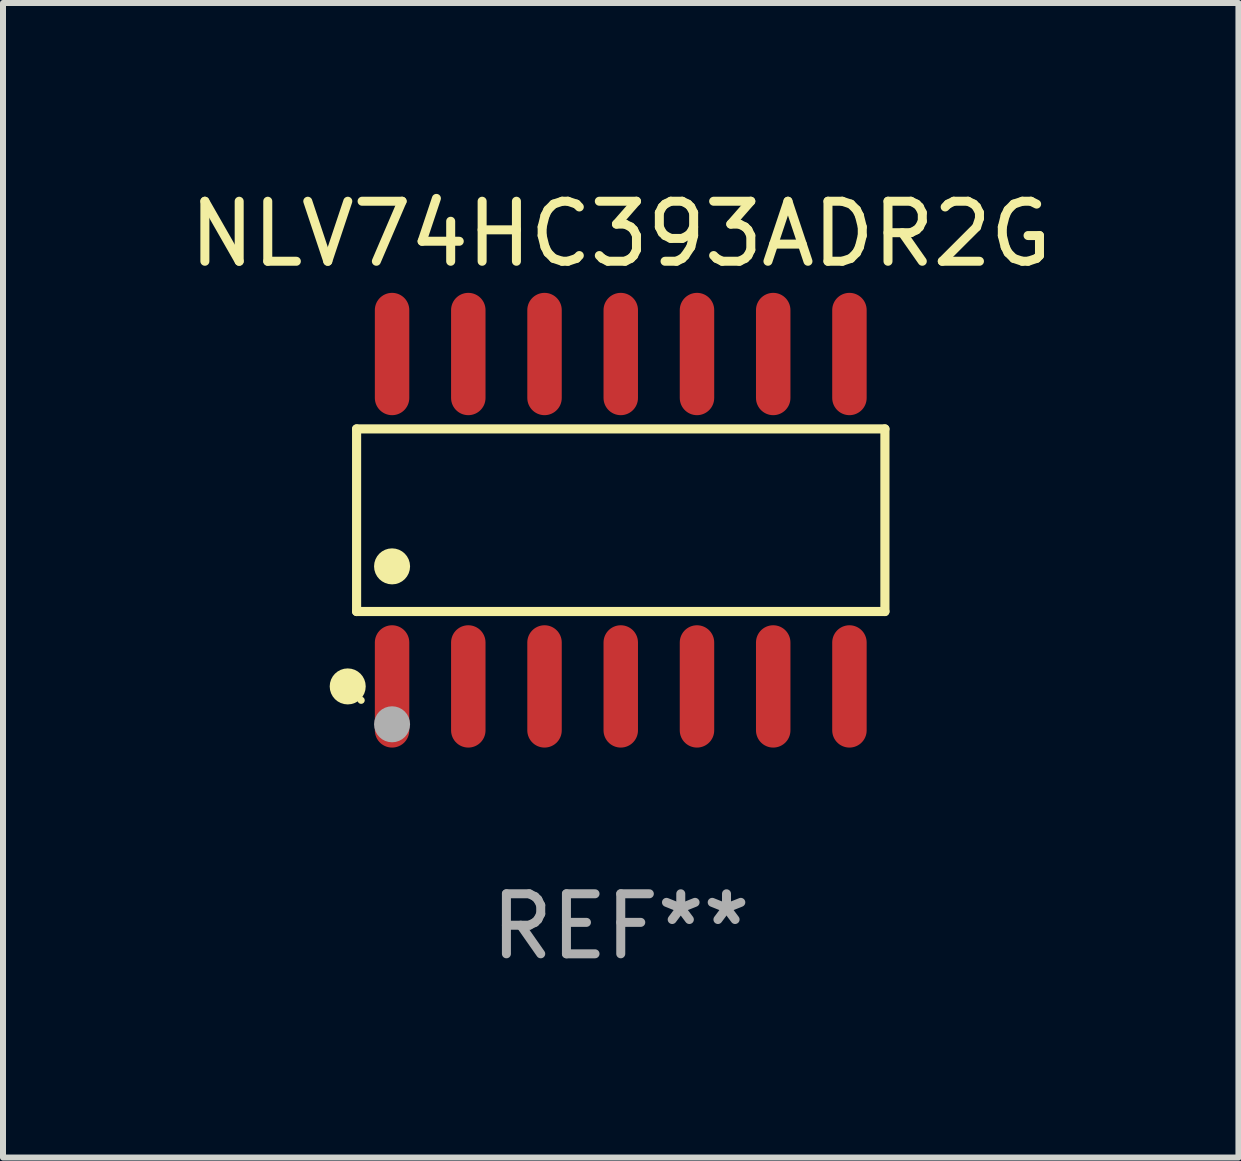
<source format=kicad_pcb>
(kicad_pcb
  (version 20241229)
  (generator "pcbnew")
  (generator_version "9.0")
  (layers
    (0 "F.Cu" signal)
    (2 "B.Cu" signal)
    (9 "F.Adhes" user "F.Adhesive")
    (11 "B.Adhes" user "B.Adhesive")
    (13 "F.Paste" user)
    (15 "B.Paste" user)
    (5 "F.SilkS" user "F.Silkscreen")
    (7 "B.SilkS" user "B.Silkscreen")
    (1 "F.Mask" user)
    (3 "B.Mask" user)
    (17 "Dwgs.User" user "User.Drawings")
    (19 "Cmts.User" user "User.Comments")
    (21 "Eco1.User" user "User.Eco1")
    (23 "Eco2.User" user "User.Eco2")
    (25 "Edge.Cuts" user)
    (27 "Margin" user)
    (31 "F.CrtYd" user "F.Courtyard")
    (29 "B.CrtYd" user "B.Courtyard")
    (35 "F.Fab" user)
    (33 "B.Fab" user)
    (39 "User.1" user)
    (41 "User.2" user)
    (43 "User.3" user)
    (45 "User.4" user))
  (footprint "NLV74HC393ADR2G"
    (layer "F.Cu")
    (at 7.292 5.617)
    (property "Reference" "NLV74HC393ADR2G" (at 0 -4.769 0) (layer "F.SilkS") (effects (font (size 1 1) (thickness 0.15))))
    (attr through_hole)
    (fp_line (start -4.401 -1.521) (end 4.401 -1.521) (stroke (width 0.152) (type solid)) (layer "F.SilkS"))
    (fp_line (start -4.401 1.521) (end -4.401 -1.521) (stroke (width 0.152) (type solid)) (layer "F.SilkS"))
    (fp_line (start 4.401 -1.521) (end 4.401 1.521) (stroke (width 0.152) (type solid)) (layer "F.SilkS"))
    (fp_line (start 4.401 1.521) (end -4.401 1.521) (stroke (width 0.152) (type solid)) (layer "F.SilkS"))
    (fp_circle (center -4.549 2.769) (end -4.399 2.769) (stroke (width 0.3) (type solid)) (fill no) (layer "F.SilkS"))
    (fp_circle (center -4.325 3) (end -4.295 3) (stroke (width 0.06) (type solid)) (fill no) (layer "F.SilkS"))
    (fp_circle (center -3.81 0.769) (end -3.66 0.769) (stroke (width 0.3) (type solid)) (fill no) (layer "F.SilkS"))
    (fp_circle (center -3.81 3.4) (end -3.66 3.4) (stroke (width 0.3) (type solid)) (fill no) (layer "F.Fab"))
    (fp_text user "REF**" (at 0 6.769 0) (layer "F.Fab") (effects (font (size 1 1) (thickness 0.15))))
    (pad "1" smd oval (at -3.81 2.769) (size 0.574 2.038) (layers "F.Cu" "F.Mask" "F.Paste"))
    (pad "2" smd oval (at -2.54 2.769) (size 0.574 2.038) (layers "F.Cu" "F.Mask" "F.Paste"))
    (pad "3" smd oval (at -1.27 2.769) (size 0.574 2.038) (layers "F.Cu" "F.Mask" "F.Paste"))
    (pad "4" smd oval (at 0 2.769) (size 0.574 2.038) (layers "F.Cu" "F.Mask" "F.Paste"))
    (pad "5" smd oval (at 1.27 2.769) (size 0.574 2.038) (layers "F.Cu" "F.Mask" "F.Paste"))
    (pad "6" smd oval (at 2.54 2.769) (size 0.574 2.038) (layers "F.Cu" "F.Mask" "F.Paste"))
    (pad "7" smd oval (at 3.81 2.769) (size 0.574 2.038) (layers "F.Cu" "F.Mask" "F.Paste"))
    (pad "8" smd oval (at 3.81 -2.769) (size 0.574 2.038) (layers "F.Cu" "F.Mask" "F.Paste"))
    (pad "9" smd oval (at 2.54 -2.769) (size 0.574 2.038) (layers "F.Cu" "F.Mask" "F.Paste"))
    (pad "10" smd oval (at 1.27 -2.769) (size 0.574 2.038) (layers "F.Cu" "F.Mask" "F.Paste"))
    (pad "11" smd oval (at 0 -2.769) (size 0.574 2.038) (layers "F.Cu" "F.Mask" "F.Paste"))
    (pad "12" smd oval (at -1.27 -2.769) (size 0.574 2.038) (layers "F.Cu" "F.Mask" "F.Paste"))
    (pad "13" smd oval (at -2.54 -2.769) (size 0.574 2.038) (layers "F.Cu" "F.Mask" "F.Paste"))
    (pad "14" smd oval (at -3.81 -2.769) (size 0.574 2.038) (layers "F.Cu" "F.Mask" "F.Paste")))
  (gr_rect
    (start -3 -3)
    (end 17.583 16.235)
    (stroke (width 0.1) (type default))
    (fill no)
    (layer "Edge.Cuts")))
</source>
